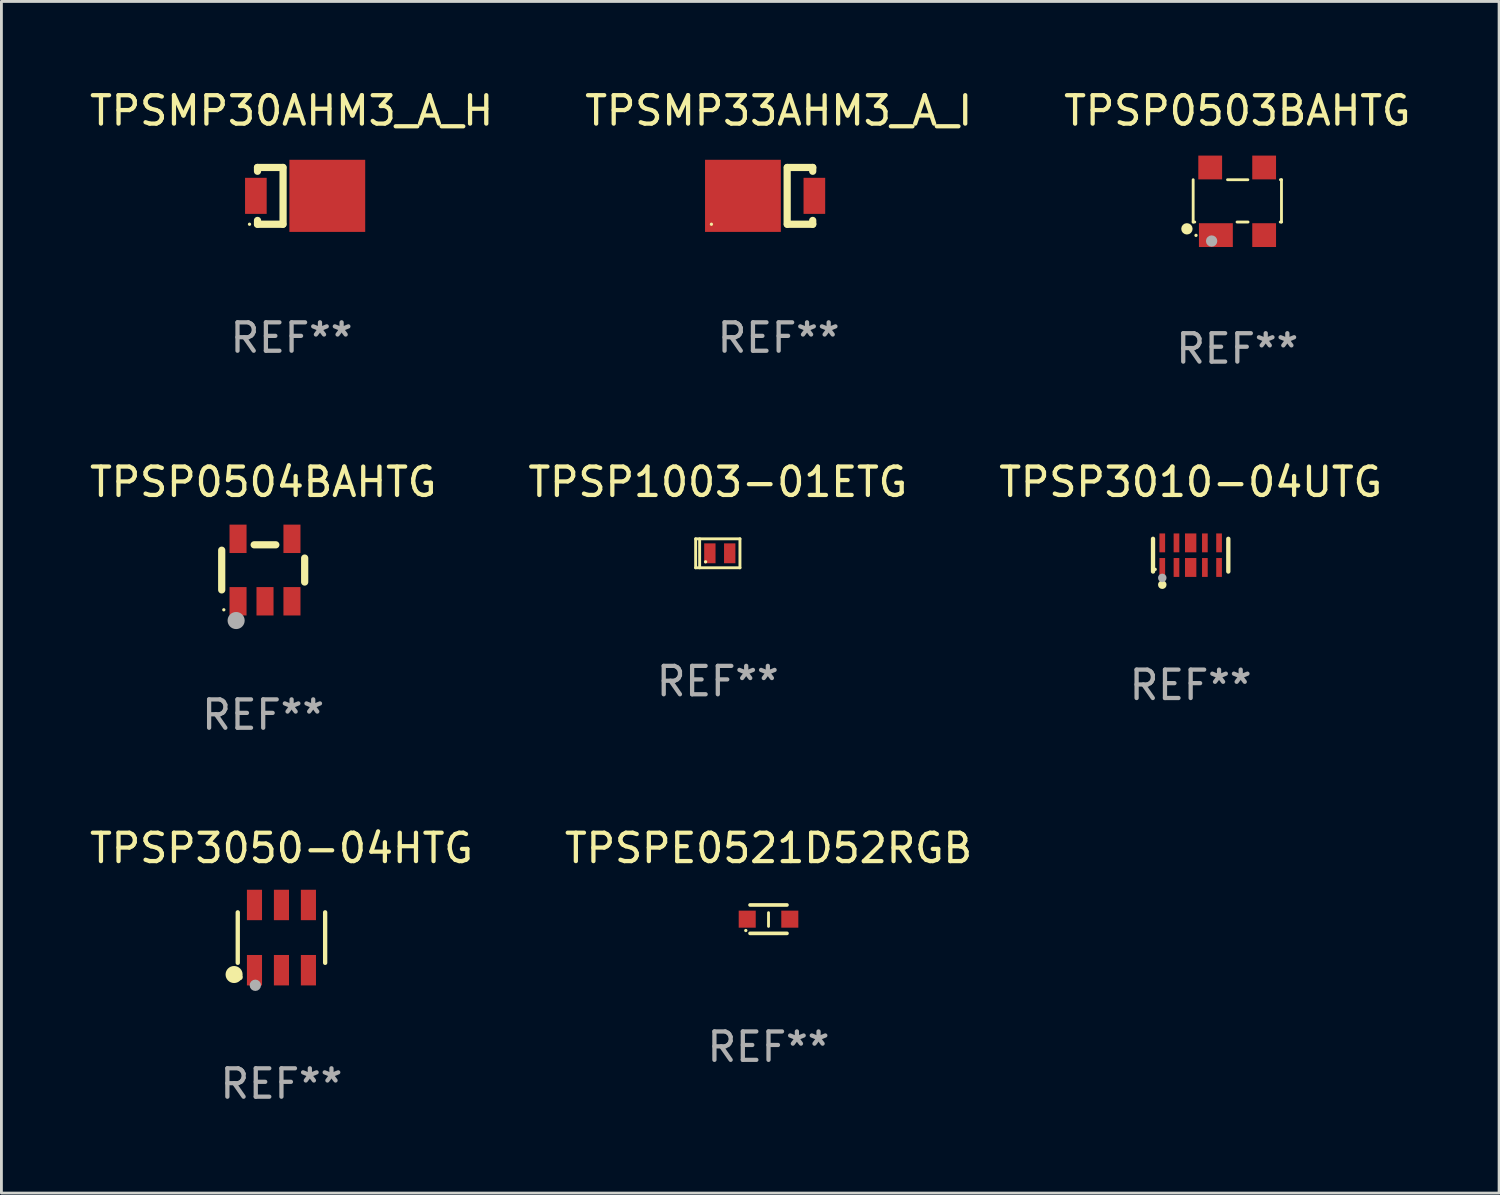
<source format=kicad_pcb>
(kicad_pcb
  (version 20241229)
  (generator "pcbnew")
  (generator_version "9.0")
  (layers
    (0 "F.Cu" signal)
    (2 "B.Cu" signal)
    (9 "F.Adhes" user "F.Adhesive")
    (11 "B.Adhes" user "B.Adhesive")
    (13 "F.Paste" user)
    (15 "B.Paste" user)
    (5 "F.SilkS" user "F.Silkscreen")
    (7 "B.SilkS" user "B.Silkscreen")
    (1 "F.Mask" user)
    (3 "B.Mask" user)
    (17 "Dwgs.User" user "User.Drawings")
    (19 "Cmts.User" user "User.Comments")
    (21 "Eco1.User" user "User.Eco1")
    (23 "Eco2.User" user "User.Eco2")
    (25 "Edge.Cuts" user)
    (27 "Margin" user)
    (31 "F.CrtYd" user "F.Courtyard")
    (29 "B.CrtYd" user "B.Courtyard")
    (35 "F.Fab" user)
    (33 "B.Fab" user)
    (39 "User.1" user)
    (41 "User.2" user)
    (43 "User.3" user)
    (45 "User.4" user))
  (footprint "TPSPE0521D52RGB"
    (layer "F.Cu")
    (at 24.018 29.324)
    (property "Reference" "TPSPE0521D52RGB" (at 0 -2.5 0) (layer "F.SilkS") (effects (font (size 1 1) (thickness 0.15))))
    (attr through_hole)
    (fp_line (start -0.65 -0.5) (end 0.65 -0.5) (stroke (width 0.13) (type solid)) (layer "F.SilkS"))
    (fp_line (start -0.65 0.5) (end 0.65 0.5) (stroke (width 0.13) (type solid)) (layer "F.SilkS"))
    (fp_line (start 0 -0.229) (end 0 0.254) (stroke (width 0.1) (type solid)) (layer "F.SilkS"))
    (fp_circle (center -0.8 0.4) (end -0.77 0.4) (stroke (width 0.06) (type solid)) (fill no) (layer "F.SilkS"))
    (fp_text user "REF**" (at 0 4.5 0) (layer "F.Fab") (effects (font (size 1 1) (thickness 0.15))))
    (pad "1" smd rect (at -0.75 0) (size 0.6 0.6) (layers "F.Cu" "F.Mask" "F.Paste"))
    (pad "2" smd rect (at 0.75 0 180) (size 0.6 0.6) (layers "F.Cu" "F.Mask" "F.Paste")))
  (footprint "TPSMP30AHM3_A_H"
    (layer "F.Cu")
    (at 7.22 3.848)
    (property "Reference" "TPSMP30AHM3_A_H" (at 0 -3 0) (layer "F.SilkS") (effects (font (size 1 1) (thickness 0.15))))
    (attr through_hole)
    (fp_line (start -1.2 -1) (end -1.2 -0.866) (stroke (width 0.254) (type solid)) (layer "F.SilkS"))
    (fp_line (start -1.2 -1) (end -0.308 -1) (stroke (width 0.254) (type solid)) (layer "F.SilkS"))
    (fp_line (start -1.2 1) (end -1.2 0.866) (stroke (width 0.254) (type solid)) (layer "F.SilkS"))
    (fp_line (start -1.2 1) (end -0.308 1) (stroke (width 0.254) (type solid)) (layer "F.SilkS"))
    (fp_line (start -0.3 1) (end -0.3 -1) (stroke (width 0.254) (type solid)) (layer "F.SilkS"))
    (fp_circle (center -1.482 1) (end -1.452 1) (stroke (width 0.06) (type solid)) (fill no) (layer "F.SilkS"))
    (fp_text user "REF**" (at 0 5 0) (layer "F.Fab") (effects (font (size 1 1) (thickness 0.15))))
    (pad "1" smd rect (at -1.258 0 180) (size 0.762 1.27) (layers "F.Cu" "F.Mask" "F.Paste"))
    (pad "2" smd rect (at 1.258 0 180) (size 2.67 2.54) (layers "F.Cu" "F.Mask" "F.Paste")))
  (footprint "TPSMP33AHM3_A_I"
    (layer "F.Cu")
    (at 24.375 3.848)
    (property "Reference" "TPSMP33AHM3_A_I" (at 0 -3 0) (layer "F.SilkS") (effects (font (size 1 1) (thickness 0.15))))
    (attr through_hole)
    (fp_line (start 0.3 -1) (end 0.3 1) (stroke (width 0.254) (type solid)) (layer "F.SilkS"))
    (fp_line (start 1.2 -1) (end 0.308 -1) (stroke (width 0.254) (type solid)) (layer "F.SilkS"))
    (fp_line (start 1.2 -1) (end 1.2 -0.866) (stroke (width 0.254) (type solid)) (layer "F.SilkS"))
    (fp_line (start 1.2 1) (end 0.308 1) (stroke (width 0.254) (type solid)) (layer "F.SilkS"))
    (fp_line (start 1.2 1) (end 1.2 0.866) (stroke (width 0.254) (type solid)) (layer "F.SilkS"))
    (fp_circle (center -2.368 1) (end -2.338 1) (stroke (width 0.06) (type solid)) (fill no) (layer "F.SilkS"))
    (fp_text user "REF**" (at 0 5 0) (layer "F.Fab") (effects (font (size 1 1) (thickness 0.15))))
    (pad "1" smd rect (at -1.258 0) (size 2.67 2.54) (layers "F.Cu" "F.Mask" "F.Paste"))
    (pad "2" smd rect (at 1.258 0) (size 0.762 1.27) (layers "F.Cu" "F.Mask" "F.Paste")))
  (footprint "TPSP0504BAHTG"
    (layer "F.Cu")
    (at 6.22 17.028)
    (property "Reference" "TPSP0504BAHTG" (at 0 -3.1 0) (layer "F.SilkS") (effects (font (size 1 1) (thickness 0.15))))
    (attr through_hole)
    (fp_line (start -1.461 -0.699) (end -1.461 0.699) (stroke (width 0.254) (type solid)) (layer "F.SilkS"))
    (fp_line (start -0.318 -0.889) (end 0.445 -0.889) (stroke (width 0.254) (type solid)) (layer "F.SilkS"))
    (fp_line (start 1.461 -0.422) (end 1.461 0.422) (stroke (width 0.254) (type solid)) (layer "F.SilkS"))
    (fp_circle (center -1.387 1.4) (end -1.357 1.4) (stroke (width 0.06) (type solid)) (fill no) (layer "F.SilkS"))
    (fp_circle (center -0.953 1.778) (end -0.802 1.778) (stroke (width 0.3) (type solid)) (fill no) (layer "F.Fab"))
    (fp_text user "REF**" (at 0 5.1 0) (layer "F.Fab") (effects (font (size 1 1) (thickness 0.15))))
    (pad "1" smd rect (at -0.886 1.1) (size 0.6 1) (layers "F.Cu" "F.Mask" "F.Paste"))
    (pad "2" smd rect (at 0.064 1.1) (size 0.6 1) (layers "F.Cu" "F.Mask" "F.Paste"))
    (pad "3" smd rect (at 1.013 1.1) (size 0.6 1) (layers "F.Cu" "F.Mask" "F.Paste"))
    (pad "4" smd rect (at 1.013 -1.1) (size 0.6 1) (layers "F.Cu" "F.Mask" "F.Paste"))
    (pad "5" smd rect (at -0.886 -1.1) (size 0.6 1) (layers "F.Cu" "F.Mask" "F.Paste")))
  (footprint "TPSP3010-04UTG"
    (layer "F.Cu")
    (at 38.887 16.504)
    (property "Reference" "TPSP3010-04UTG" (at 0 -2.576 0) (layer "F.SilkS") (effects (font (size 1 1) (thickness 0.15))))
    (attr through_hole)
    (fp_line (start -1.326 0.576) (end -1.326 -0.576) (stroke (width 0.152) (type solid)) (layer "F.SilkS"))
    (fp_line (start 1.326 0.576) (end 1.326 -0.576) (stroke (width 0.152) (type solid)) (layer "F.SilkS"))
    (fp_circle (center -1.25 0.5) (end -1.22 0.5) (stroke (width 0.06) (type solid)) (fill no) (layer "F.SilkS"))
    (fp_circle (center -1 1.04) (end -0.925 1.04) (stroke (width 0.15) (type solid)) (fill no) (layer "F.SilkS"))
    (fp_circle (center -1 0.8) (end -0.925 0.8) (stroke (width 0.15) (type solid)) (fill no) (layer "F.Fab"))
    (fp_text user "REF**" (at 0 4.576 0) (layer "F.Fab") (effects (font (size 1 1) (thickness 0.15))))
    (pad "1" smd rect (at -1 0.433) (size 0.2 0.665) (layers "F.Cu" "F.Mask" "F.Paste"))
    (pad "2" smd rect (at -0.5 0.433) (size 0.2 0.665) (layers "F.Cu" "F.Mask" "F.Paste"))
    (pad "3" smd rect (at 0 0.433) (size 0.4 0.665) (layers "F.Cu" "F.Mask" "F.Paste"))
    (pad "4" smd rect (at 0.5 0.433) (size 0.2 0.665) (layers "F.Cu" "F.Mask" "F.Paste"))
    (pad "5" smd rect (at 1 0.433) (size 0.2 0.665) (layers "F.Cu" "F.Mask" "F.Paste"))
    (pad "6" smd rect (at 1 -0.433) (size 0.2 0.665) (layers "F.Cu" "F.Mask" "F.Paste"))
    (pad "7" smd rect (at 0.5 -0.433) (size 0.2 0.665) (layers "F.Cu" "F.Mask" "F.Paste"))
    (pad "8" smd rect (at 0 -0.433) (size 0.4 0.665) (layers "F.Cu" "F.Mask" "F.Paste"))
    (pad "9" smd rect (at -0.5 -0.433) (size 0.2 0.665) (layers "F.Cu" "F.Mask" "F.Paste"))
    (pad "10" smd rect (at -1 -0.433) (size 0.2 0.665) (layers "F.Cu" "F.Mask" "F.Paste")))
  (footprint "TPSP0503BAHTG"
    (layer "F.Cu")
    (at 40.53 4.04)
    (property "Reference" "TPSP0503BAHTG" (at 0 -3.191 0) (layer "F.SilkS") (effects (font (size 1 1) (thickness 0.15))))
    (attr through_hole)
    (fp_line (start -1.555 0.73) (end -1.555 -0.76) (stroke (width 0.1) (type solid)) (layer "F.SilkS"))
    (fp_line (start -1.5 0.73) (end -1.555 0.73) (stroke (width 0.1) (type solid)) (layer "F.SilkS"))
    (fp_line (start -0.345 -0.76) (end 0.372 -0.76) (stroke (width 0.1) (type solid)) (layer "F.SilkS"))
    (fp_line (start 0.378 0.73) (end -0.01 0.73) (stroke (width 0.1) (type solid)) (layer "F.SilkS"))
    (fp_line (start 1.518 -0.76) (end 1.555 -0.76) (stroke (width 0.1) (type solid)) (layer "F.SilkS"))
    (fp_line (start 1.555 -0.76) (end 1.555 0.73) (stroke (width 0.1) (type solid)) (layer "F.SilkS"))
    (fp_line (start 1.555 0.73) (end 1.512 0.73) (stroke (width 0.1) (type solid)) (layer "F.SilkS"))
    (fp_circle (center -1.775 0.97) (end -1.675 0.97) (stroke (width 0.2) (type solid)) (fill no) (layer "F.SilkS"))
    (fp_circle (center -1.455 1.2) (end -1.425 1.2) (stroke (width 0.06) (type solid)) (fill no) (layer "F.SilkS"))
    (fp_circle (center -0.905 1.4) (end -0.805 1.4) (stroke (width 0.2) (type solid)) (fill no) (layer "F.Fab"))
    (fp_text user "REF**" (at 0 5.191 0) (layer "F.Fab") (effects (font (size 1 1) (thickness 0.15))))
    (pad "1" smd rect (at -0.755 1.191) (size 1.194 0.838) (layers "F.Cu" "F.Mask" "F.Paste"))
    (pad "2" smd rect (at 0.945 1.191) (size 0.838 0.838) (layers "F.Cu" "F.Mask" "F.Paste"))
    (pad "3" smd rect (at 0.945 -1.191) (size 0.838 0.838) (layers "F.Cu" "F.Mask" "F.Paste"))
    (pad "4" smd rect (at -0.955 -1.191) (size 0.838 0.838) (layers "F.Cu" "F.Mask" "F.Paste")))
  (footprint "TPSP3050-04HTG"
    (layer "F.Cu")
    (at 6.863 29.973)
    (property "Reference" "TPSP3050-04HTG" (at 0 -3.149 0) (layer "F.SilkS") (effects (font (size 1 1) (thickness 0.15))))
    (attr through_hole)
    (fp_line (start -1.539 0.889) (end -1.539 -0.889) (stroke (width 0.152) (type solid)) (layer "F.SilkS"))
    (fp_line (start 1.539 0.889) (end 1.539 -0.889) (stroke (width 0.152) (type solid)) (layer "F.SilkS"))
    (fp_circle (center -1.668 1.301) (end -1.518 1.301) (stroke (width 0.3) (type solid)) (fill no) (layer "F.SilkS"))
    (fp_circle (center -1.463 1.4) (end -1.413 1.4) (stroke (width 0.1) (type solid)) (fill no) (layer "F.SilkS"))
    (fp_circle (center -0.92 1.68) (end -0.82 1.68) (stroke (width 0.2) (type solid)) (fill no) (layer "F.Fab"))
    (fp_text user "REF**" (at 0 5.149 0) (layer "F.Fab") (effects (font (size 1 1) (thickness 0.15))))
    (pad "1" smd rect (at -0.95 1.149) (size 0.532 1.072) (layers "F.Cu" "F.Mask" "F.Paste"))
    (pad "2" smd rect (at 0 1.149) (size 0.532 1.072) (layers "F.Cu" "F.Mask" "F.Paste"))
    (pad "3" smd rect (at 0.95 1.149) (size 0.532 1.072) (layers "F.Cu" "F.Mask" "F.Paste"))
    (pad "4" smd rect (at 0.95 -1.149) (size 0.532 1.072) (layers "F.Cu" "F.Mask" "F.Paste"))
    (pad "5" smd rect (at 0 -1.149) (size 0.532 1.072) (layers "F.Cu" "F.Mask" "F.Paste"))
    (pad "6" smd rect (at -0.95 -1.149) (size 0.532 1.072) (layers "F.Cu" "F.Mask" "F.Paste")))
  (footprint "TPSP1003-01ETG"
    (layer "F.Cu")
    (at 22.232 16.438)
    (property "Reference" "TPSP1003-01ETG" (at 0 -2.51 0) (layer "F.SilkS") (effects (font (size 1 1) (thickness 0.15))))
    (attr through_hole)
    (fp_line (start -0.78 -0.51) (end -0.78 0.51) (stroke (width 0.102) (type solid)) (layer "F.SilkS"))
    (fp_line (start -0.78 -0.51) (end 0.78 -0.51) (stroke (width 0.102) (type solid)) (layer "F.SilkS"))
    (fp_line (start -0.78 0.51) (end 0.78 0.51) (stroke (width 0.102) (type solid)) (layer "F.SilkS"))
    (fp_line (start -0.64 -0.51) (end -0.64 0.51) (stroke (width 0.102) (type solid)) (layer "F.SilkS"))
    (fp_line (start 0.78 -0.51) (end 0.78 0.51) (stroke (width 0.102) (type solid)) (layer "F.SilkS"))
    (fp_circle (center -0.43 0.3) (end -0.4 0.3) (stroke (width 0.06) (type solid)) (fill no) (layer "F.SilkS"))
    (fp_text user "REF**" (at 0 4.51 0) (layer "F.Fab") (effects (font (size 1 1) (thickness 0.15))))
    (pad "1" smd rect (at -0.28 0) (size 0.4 0.7) (layers "F.Cu" "F.Mask" "F.Paste"))
    (pad "2" smd rect (at 0.42 0) (size 0.4 0.7) (layers "F.Cu" "F.Mask" "F.Paste")))
  (gr_rect
    (start -3 -3)
    (end 49.75 38.971)
    (stroke (width 0.1) (type default))
    (fill no)
    (layer "Edge.Cuts")))
</source>
